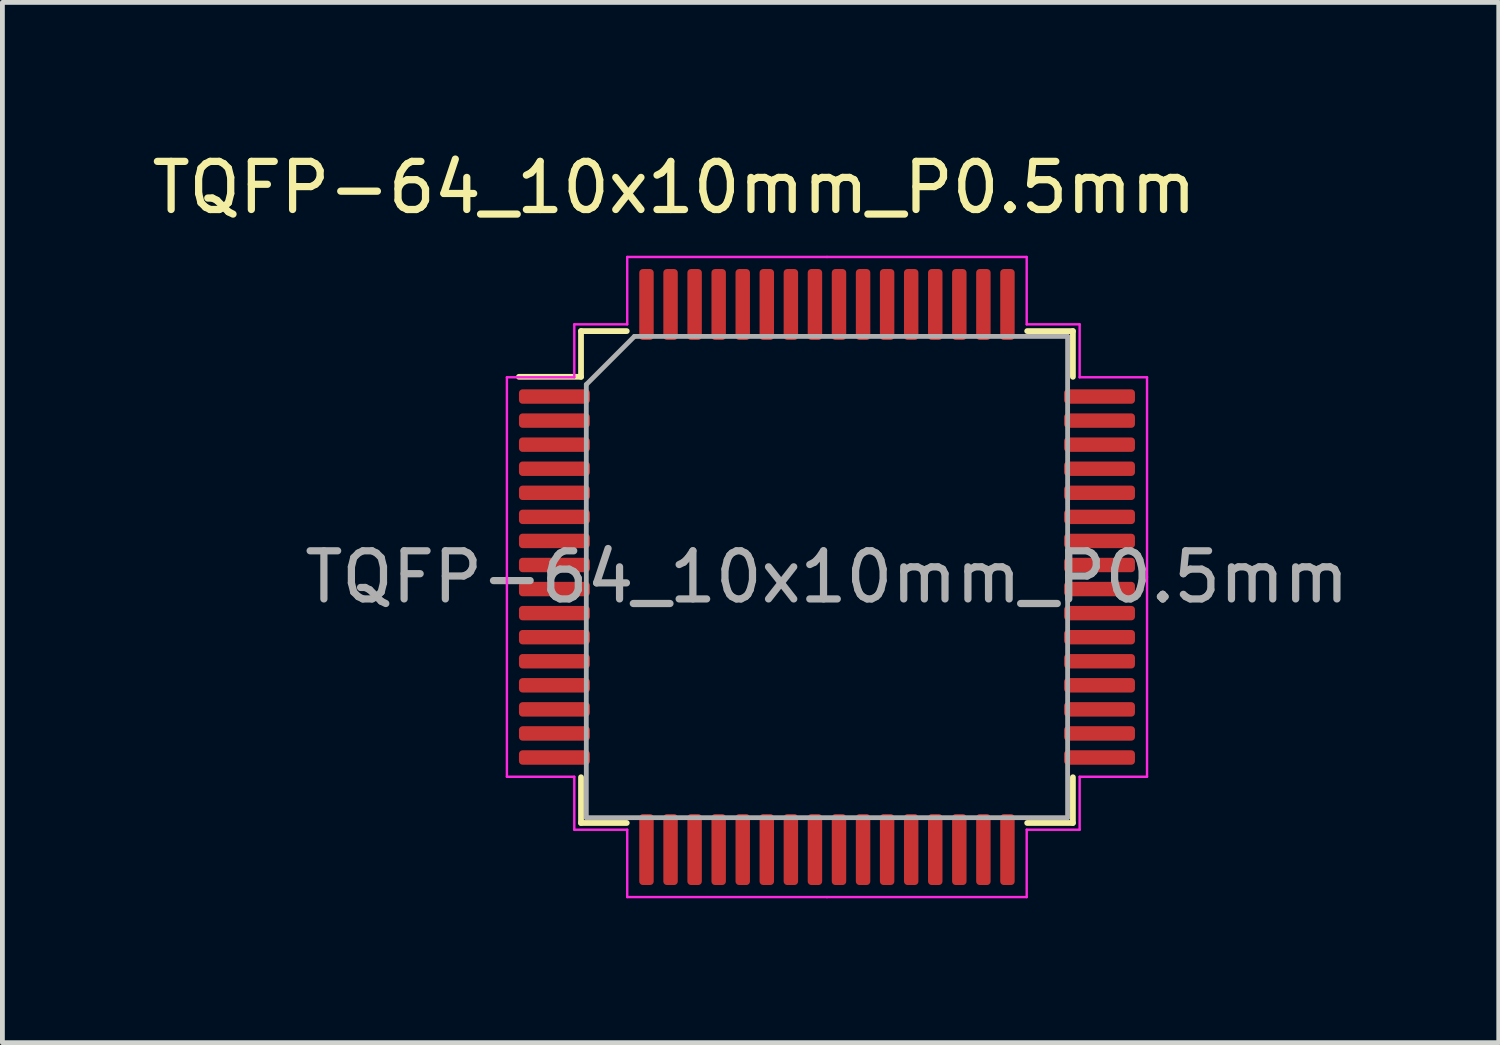
<source format=kicad_pcb>
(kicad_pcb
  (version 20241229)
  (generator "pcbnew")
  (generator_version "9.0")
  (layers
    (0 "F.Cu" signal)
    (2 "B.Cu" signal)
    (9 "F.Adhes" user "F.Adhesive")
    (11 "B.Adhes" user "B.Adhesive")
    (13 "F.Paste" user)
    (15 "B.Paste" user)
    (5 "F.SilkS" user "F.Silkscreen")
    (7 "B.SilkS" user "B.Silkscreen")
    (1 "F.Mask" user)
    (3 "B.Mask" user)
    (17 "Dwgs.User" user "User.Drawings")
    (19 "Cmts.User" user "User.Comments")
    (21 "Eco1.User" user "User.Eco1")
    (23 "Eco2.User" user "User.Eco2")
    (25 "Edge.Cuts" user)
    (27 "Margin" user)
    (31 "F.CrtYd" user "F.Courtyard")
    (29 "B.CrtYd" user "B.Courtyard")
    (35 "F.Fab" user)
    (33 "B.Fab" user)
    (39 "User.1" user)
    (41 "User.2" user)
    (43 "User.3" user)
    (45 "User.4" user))
  (footprint "TQFP-64_10x10mm_P0.5mm"
    (layer "F.Cu")
    (at 14.132 8.939)
    (property "Reference" "TQFP-64_10x10mm_P0.5mm" (at -3.174 -8.091 0) (layer "F.SilkS") (effects (font (size 1 1) (thickness 0.15))))
    (attr smd)
    (fp_line (start -5.11 -5.11) (end -5.11 -4.16) (stroke (width 0.12) (type solid)) (layer "F.SilkS"))
    (fp_line (start -5.11 -4.16) (end -6.4 -4.16) (stroke (width 0.12) (type solid)) (layer "F.SilkS"))
    (fp_line (start -5.11 5.11) (end -5.11 4.16) (stroke (width 0.12) (type solid)) (layer "F.SilkS"))
    (fp_line (start -4.16 -5.11) (end -5.11 -5.11) (stroke (width 0.12) (type solid)) (layer "F.SilkS"))
    (fp_line (start -4.16 5.11) (end -5.11 5.11) (stroke (width 0.12) (type solid)) (layer "F.SilkS"))
    (fp_line (start 4.16 -5.11) (end 5.11 -5.11) (stroke (width 0.12) (type solid)) (layer "F.SilkS"))
    (fp_line (start 4.16 5.11) (end 5.11 5.11) (stroke (width 0.12) (type solid)) (layer "F.SilkS"))
    (fp_line (start 5.11 -5.11) (end 5.11 -4.16) (stroke (width 0.12) (type solid)) (layer "F.SilkS"))
    (fp_line (start 5.11 5.11) (end 5.11 4.16) (stroke (width 0.12) (type solid)) (layer "F.SilkS"))
    (fp_line (start -6.65 -4.15) (end -6.65 0) (stroke (width 0.05) (type solid)) (layer "F.CrtYd"))
    (fp_line (start -6.65 4.15) (end -6.65 0) (stroke (width 0.05) (type solid)) (layer "F.CrtYd"))
    (fp_line (start -5.25 -5.25) (end -5.25 -4.15) (stroke (width 0.05) (type solid)) (layer "F.CrtYd"))
    (fp_line (start -5.25 -4.15) (end -6.65 -4.15) (stroke (width 0.05) (type solid)) (layer "F.CrtYd"))
    (fp_line (start -5.25 4.15) (end -6.65 4.15) (stroke (width 0.05) (type solid)) (layer "F.CrtYd"))
    (fp_line (start -5.25 5.25) (end -5.25 4.15) (stroke (width 0.05) (type solid)) (layer "F.CrtYd"))
    (fp_line (start -4.15 -5.25) (end -5.25 -5.25) (stroke (width 0.05) (type solid)) (layer "F.CrtYd"))
    (fp_line (start -4.15 5.25) (end -5.25 5.25) (stroke (width 0.05) (type solid)) (layer "F.CrtYd"))
    (fp_line (start -4.15 -6.65) (end -4.15 -5.25) (stroke (width 0.05) (type solid)) (layer "F.CrtYd"))
    (fp_line (start -4.15 6.65) (end -4.15 5.25) (stroke (width 0.05) (type solid)) (layer "F.CrtYd"))
    (fp_line (start 0 -6.65) (end -4.15 -6.65) (stroke (width 0.05) (type solid)) (layer "F.CrtYd"))
    (fp_line (start 0 -6.65) (end 4.15 -6.65) (stroke (width 0.05) (type solid)) (layer "F.CrtYd"))
    (fp_line (start 0 6.65) (end -4.15 6.65) (stroke (width 0.05) (type solid)) (layer "F.CrtYd"))
    (fp_line (start 0 6.65) (end 4.15 6.65) (stroke (width 0.05) (type solid)) (layer "F.CrtYd"))
    (fp_line (start 4.15 -6.65) (end 4.15 -5.25) (stroke (width 0.05) (type solid)) (layer "F.CrtYd"))
    (fp_line (start 4.15 6.65) (end 4.15 5.25) (stroke (width 0.05) (type solid)) (layer "F.CrtYd"))
    (fp_line (start 4.15 -5.25) (end 5.25 -5.25) (stroke (width 0.05) (type solid)) (layer "F.CrtYd"))
    (fp_line (start 4.15 5.25) (end 5.25 5.25) (stroke (width 0.05) (type solid)) (layer "F.CrtYd"))
    (fp_line (start 5.25 -5.25) (end 5.25 -4.15) (stroke (width 0.05) (type solid)) (layer "F.CrtYd"))
    (fp_line (start 5.25 -4.15) (end 6.65 -4.15) (stroke (width 0.05) (type solid)) (layer "F.CrtYd"))
    (fp_line (start 5.25 4.15) (end 6.65 4.15) (stroke (width 0.05) (type solid)) (layer "F.CrtYd"))
    (fp_line (start 5.25 5.25) (end 5.25 4.15) (stroke (width 0.05) (type solid)) (layer "F.CrtYd"))
    (fp_line (start 6.65 -4.15) (end 6.65 0) (stroke (width 0.05) (type solid)) (layer "F.CrtYd"))
    (fp_line (start 6.65 4.15) (end 6.65 0) (stroke (width 0.05) (type solid)) (layer "F.CrtYd"))
    (fp_line (start -5 -4) (end -4 -5) (stroke (width 0.1) (type solid)) (layer "F.Fab"))
    (fp_line (start -5 5) (end -5 -4) (stroke (width 0.1) (type solid)) (layer "F.Fab"))
    (fp_line (start -4 -5) (end 5 -5) (stroke (width 0.1) (type solid)) (layer "F.Fab"))
    (fp_line (start 5 -5) (end 5 5) (stroke (width 0.1) (type solid)) (layer "F.Fab"))
    (fp_line (start 5 5) (end -5 5) (stroke (width 0.1) (type solid)) (layer "F.Fab"))
    (fp_text user "${REFERENCE}" (at 0 0 0) (layer "F.Fab") (effects (font (size 1 1) (thickness 0.15))))
    (pad "1" smd roundrect (at -5.662 -3.75) (size 1.475 0.3) (layers "F.Cu" "F.Mask" "F.Paste") (roundrect_rratio 0.25))
    (pad "2" smd roundrect (at -5.662 -3.25) (size 1.475 0.3) (layers "F.Cu" "F.Mask" "F.Paste") (roundrect_rratio 0.25))
    (pad "3" smd roundrect (at -5.662 -2.75) (size 1.475 0.3) (layers "F.Cu" "F.Mask" "F.Paste") (roundrect_rratio 0.25))
    (pad "4" smd roundrect (at -5.662 -2.25) (size 1.475 0.3) (layers "F.Cu" "F.Mask" "F.Paste") (roundrect_rratio 0.25))
    (pad "5" smd roundrect (at -5.662 -1.75) (size 1.475 0.3) (layers "F.Cu" "F.Mask" "F.Paste") (roundrect_rratio 0.25))
    (pad "6" smd roundrect (at -5.662 -1.25) (size 1.475 0.3) (layers "F.Cu" "F.Mask" "F.Paste") (roundrect_rratio 0.25))
    (pad "7" smd roundrect (at -5.662 -0.75) (size 1.475 0.3) (layers "F.Cu" "F.Mask" "F.Paste") (roundrect_rratio 0.25))
    (pad "8" smd roundrect (at -5.662 -0.25) (size 1.475 0.3) (layers "F.Cu" "F.Mask" "F.Paste") (roundrect_rratio 0.25))
    (pad "9" smd roundrect (at -5.662 0.25) (size 1.475 0.3) (layers "F.Cu" "F.Mask" "F.Paste") (roundrect_rratio 0.25))
    (pad "10" smd roundrect (at -5.662 0.75) (size 1.475 0.3) (layers "F.Cu" "F.Mask" "F.Paste") (roundrect_rratio 0.25))
    (pad "11" smd roundrect (at -5.662 1.25) (size 1.475 0.3) (layers "F.Cu" "F.Mask" "F.Paste") (roundrect_rratio 0.25))
    (pad "12" smd roundrect (at -5.662 1.75) (size 1.475 0.3) (layers "F.Cu" "F.Mask" "F.Paste") (roundrect_rratio 0.25))
    (pad "13" smd roundrect (at -5.662 2.25) (size 1.475 0.3) (layers "F.Cu" "F.Mask" "F.Paste") (roundrect_rratio 0.25))
    (pad "14" smd roundrect (at -5.662 2.75) (size 1.475 0.3) (layers "F.Cu" "F.Mask" "F.Paste") (roundrect_rratio 0.25))
    (pad "15" smd roundrect (at -5.662 3.25) (size 1.475 0.3) (layers "F.Cu" "F.Mask" "F.Paste") (roundrect_rratio 0.25))
    (pad "16" smd roundrect (at -5.662 3.75) (size 1.475 0.3) (layers "F.Cu" "F.Mask" "F.Paste") (roundrect_rratio 0.25))
    (pad "17" smd roundrect (at -3.75 5.662) (size 0.3 1.475) (layers "F.Cu" "F.Mask" "F.Paste") (roundrect_rratio 0.25))
    (pad "18" smd roundrect (at -3.25 5.662) (size 0.3 1.475) (layers "F.Cu" "F.Mask" "F.Paste") (roundrect_rratio 0.25))
    (pad "19" smd roundrect (at -2.75 5.662) (size 0.3 1.475) (layers "F.Cu" "F.Mask" "F.Paste") (roundrect_rratio 0.25))
    (pad "20" smd roundrect (at -2.25 5.662) (size 0.3 1.475) (layers "F.Cu" "F.Mask" "F.Paste") (roundrect_rratio 0.25))
    (pad "21" smd roundrect (at -1.75 5.662) (size 0.3 1.475) (layers "F.Cu" "F.Mask" "F.Paste") (roundrect_rratio 0.25))
    (pad "22" smd roundrect (at -1.25 5.662) (size 0.3 1.475) (layers "F.Cu" "F.Mask" "F.Paste") (roundrect_rratio 0.25))
    (pad "23" smd roundrect (at -0.75 5.662) (size 0.3 1.475) (layers "F.Cu" "F.Mask" "F.Paste") (roundrect_rratio 0.25))
    (pad "24" smd roundrect (at -0.25 5.662) (size 0.3 1.475) (layers "F.Cu" "F.Mask" "F.Paste") (roundrect_rratio 0.25))
    (pad "25" smd roundrect (at 0.25 5.662) (size 0.3 1.475) (layers "F.Cu" "F.Mask" "F.Paste") (roundrect_rratio 0.25))
    (pad "26" smd roundrect (at 0.75 5.662) (size 0.3 1.475) (layers "F.Cu" "F.Mask" "F.Paste") (roundrect_rratio 0.25))
    (pad "27" smd roundrect (at 1.25 5.662) (size 0.3 1.475) (layers "F.Cu" "F.Mask" "F.Paste") (roundrect_rratio 0.25))
    (pad "28" smd roundrect (at 1.75 5.662) (size 0.3 1.475) (layers "F.Cu" "F.Mask" "F.Paste") (roundrect_rratio 0.25))
    (pad "29" smd roundrect (at 2.25 5.662) (size 0.3 1.475) (layers "F.Cu" "F.Mask" "F.Paste") (roundrect_rratio 0.25))
    (pad "30" smd roundrect (at 2.75 5.662) (size 0.3 1.475) (layers "F.Cu" "F.Mask" "F.Paste") (roundrect_rratio 0.25))
    (pad "31" smd roundrect (at 3.25 5.662) (size 0.3 1.475) (layers "F.Cu" "F.Mask" "F.Paste") (roundrect_rratio 0.25))
    (pad "32" smd roundrect (at 3.75 5.662) (size 0.3 1.475) (layers "F.Cu" "F.Mask" "F.Paste") (roundrect_rratio 0.25))
    (pad "33" smd roundrect (at 5.662 3.75) (size 1.475 0.3) (layers "F.Cu" "F.Mask" "F.Paste") (roundrect_rratio 0.25))
    (pad "34" smd roundrect (at 5.662 3.25) (size 1.475 0.3) (layers "F.Cu" "F.Mask" "F.Paste") (roundrect_rratio 0.25))
    (pad "35" smd roundrect (at 5.662 2.75) (size 1.475 0.3) (layers "F.Cu" "F.Mask" "F.Paste") (roundrect_rratio 0.25))
    (pad "36" smd roundrect (at 5.662 2.25) (size 1.475 0.3) (layers "F.Cu" "F.Mask" "F.Paste") (roundrect_rratio 0.25))
    (pad "37" smd roundrect (at 5.662 1.75) (size 1.475 0.3) (layers "F.Cu" "F.Mask" "F.Paste") (roundrect_rratio 0.25))
    (pad "38" smd roundrect (at 5.662 1.25) (size 1.475 0.3) (layers "F.Cu" "F.Mask" "F.Paste") (roundrect_rratio 0.25))
    (pad "39" smd roundrect (at 5.662 0.75) (size 1.475 0.3) (layers "F.Cu" "F.Mask" "F.Paste") (roundrect_rratio 0.25))
    (pad "40" smd roundrect (at 5.662 0.25) (size 1.475 0.3) (layers "F.Cu" "F.Mask" "F.Paste") (roundrect_rratio 0.25))
    (pad "41" smd roundrect (at 5.662 -0.25) (size 1.475 0.3) (layers "F.Cu" "F.Mask" "F.Paste") (roundrect_rratio 0.25))
    (pad "42" smd roundrect (at 5.662 -0.75) (size 1.475 0.3) (layers "F.Cu" "F.Mask" "F.Paste") (roundrect_rratio 0.25))
    (pad "43" smd roundrect (at 5.662 -1.25) (size 1.475 0.3) (layers "F.Cu" "F.Mask" "F.Paste") (roundrect_rratio 0.25))
    (pad "44" smd roundrect (at 5.662 -1.75) (size 1.475 0.3) (layers "F.Cu" "F.Mask" "F.Paste") (roundrect_rratio 0.25))
    (pad "45" smd roundrect (at 5.662 -2.25) (size 1.475 0.3) (layers "F.Cu" "F.Mask" "F.Paste") (roundrect_rratio 0.25))
    (pad "46" smd roundrect (at 5.662 -2.75) (size 1.475 0.3) (layers "F.Cu" "F.Mask" "F.Paste") (roundrect_rratio 0.25))
    (pad "47" smd roundrect (at 5.662 -3.25) (size 1.475 0.3) (layers "F.Cu" "F.Mask" "F.Paste") (roundrect_rratio 0.25))
    (pad "48" smd roundrect (at 5.662 -3.75) (size 1.475 0.3) (layers "F.Cu" "F.Mask" "F.Paste") (roundrect_rratio 0.25))
    (pad "49" smd roundrect (at 3.75 -5.662) (size 0.3 1.475) (layers "F.Cu" "F.Mask" "F.Paste") (roundrect_rratio 0.25))
    (pad "50" smd roundrect (at 3.25 -5.662) (size 0.3 1.475) (layers "F.Cu" "F.Mask" "F.Paste") (roundrect_rratio 0.25))
    (pad "51" smd roundrect (at 2.75 -5.662) (size 0.3 1.475) (layers "F.Cu" "F.Mask" "F.Paste") (roundrect_rratio 0.25))
    (pad "52" smd roundrect (at 2.25 -5.662) (size 0.3 1.475) (layers "F.Cu" "F.Mask" "F.Paste") (roundrect_rratio 0.25))
    (pad "53" smd roundrect (at 1.75 -5.662) (size 0.3 1.475) (layers "F.Cu" "F.Mask" "F.Paste") (roundrect_rratio 0.25))
    (pad "54" smd roundrect (at 1.25 -5.662) (size 0.3 1.475) (layers "F.Cu" "F.Mask" "F.Paste") (roundrect_rratio 0.25))
    (pad "55" smd roundrect (at 0.75 -5.662) (size 0.3 1.475) (layers "F.Cu" "F.Mask" "F.Paste") (roundrect_rratio 0.25))
    (pad "56" smd roundrect (at 0.25 -5.662) (size 0.3 1.475) (layers "F.Cu" "F.Mask" "F.Paste") (roundrect_rratio 0.25))
    (pad "57" smd roundrect (at -0.25 -5.662) (size 0.3 1.475) (layers "F.Cu" "F.Mask" "F.Paste") (roundrect_rratio 0.25))
    (pad "58" smd roundrect (at -0.75 -5.662) (size 0.3 1.475) (layers "F.Cu" "F.Mask" "F.Paste") (roundrect_rratio 0.25))
    (pad "59" smd roundrect (at -1.25 -5.662) (size 0.3 1.475) (layers "F.Cu" "F.Mask" "F.Paste") (roundrect_rratio 0.25))
    (pad "60" smd roundrect (at -1.75 -5.662) (size 0.3 1.475) (layers "F.Cu" "F.Mask" "F.Paste") (roundrect_rratio 0.25))
    (pad "61" smd roundrect (at -2.25 -5.662) (size 0.3 1.475) (layers "F.Cu" "F.Mask" "F.Paste") (roundrect_rratio 0.25))
    (pad "62" smd roundrect (at -2.75 -5.662) (size 0.3 1.475) (layers "F.Cu" "F.Mask" "F.Paste") (roundrect_rratio 0.25))
    (pad "63" smd roundrect (at -3.25 -5.662) (size 0.3 1.475) (layers "F.Cu" "F.Mask" "F.Paste") (roundrect_rratio 0.25))
    (pad "64" smd roundrect (at -3.75 -5.662) (size 0.3 1.475) (layers "F.Cu" "F.Mask" "F.Paste") (roundrect_rratio 0.25)))
  (gr_rect
    (start -3 -3)
    (end 28.09 18.614)
    (stroke (width 0.1) (type default))
    (fill no)
    (layer "Edge.Cuts")))
</source>
